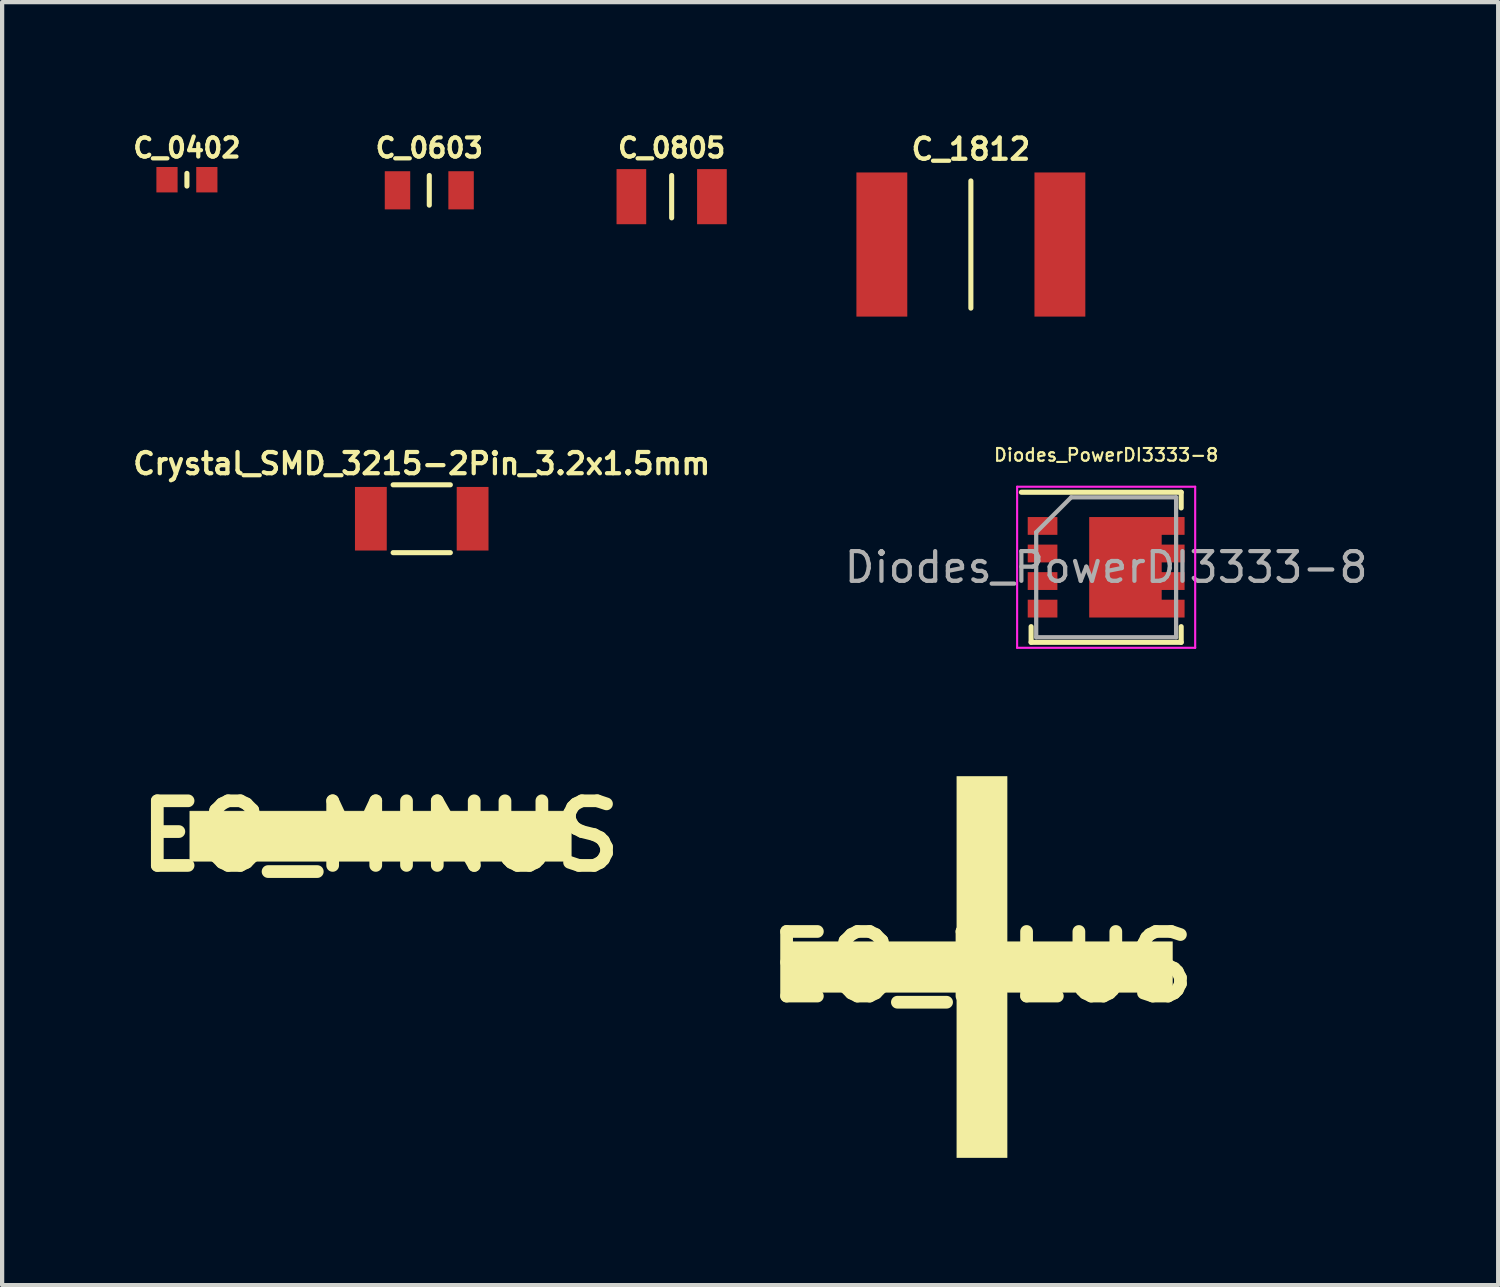
<source format=kicad_pcb>
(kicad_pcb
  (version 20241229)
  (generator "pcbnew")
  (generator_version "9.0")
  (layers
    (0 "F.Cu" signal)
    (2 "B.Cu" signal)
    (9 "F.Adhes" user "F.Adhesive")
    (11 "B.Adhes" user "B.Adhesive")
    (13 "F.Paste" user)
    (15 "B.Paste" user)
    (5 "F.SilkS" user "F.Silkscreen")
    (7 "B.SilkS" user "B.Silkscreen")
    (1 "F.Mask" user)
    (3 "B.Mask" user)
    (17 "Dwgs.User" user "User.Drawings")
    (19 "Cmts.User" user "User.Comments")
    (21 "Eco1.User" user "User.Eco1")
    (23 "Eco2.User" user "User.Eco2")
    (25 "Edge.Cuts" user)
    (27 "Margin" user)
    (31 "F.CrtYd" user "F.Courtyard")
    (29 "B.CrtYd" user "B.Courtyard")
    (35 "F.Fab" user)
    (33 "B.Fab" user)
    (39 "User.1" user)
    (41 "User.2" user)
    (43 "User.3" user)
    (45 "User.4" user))
  (footprint "C_0805"
    (layer "F.Cu")
    (at 12.793 1.589)
    (property "Reference" "C_0805" (at 0 -1.15 0) (layer "F.SilkS") (effects (font (size 0.45 0.45) (thickness 0.1))))
    (attr smd)
    (fp_line (start 0 0.5) (end 0 -0.5) (stroke (width 0.12) (type solid)) (layer "F.SilkS"))
    (pad "1" smd rect (at -0.95 0) (size 0.7 1.3) (layers "F.Cu" "F.Mask" "F.Paste"))
    (pad "2" smd rect (at 0.95 0) (size 0.7 1.3) (layers "F.Cu" "F.Mask" "F.Paste")))
  (footprint "EO_MINUS"
    (layer "F.Cu")
    (at 5.922 16.674)
    (property "Reference" "EO_MINUS" (at 0 0 0) (layer "F.SilkS") (effects (font (size 1.524 1.524) (thickness 0.3))))
    (attr through_hole)
    (fp_poly (pts (xy 4.503 0.592) (xy -4.494 0.592) (xy -4.494 -0.592) (xy 4.503 -0.592) (xy 4.503 0.592)) (stroke (width 0.01) (type solid)) (fill yes) (layer "F.SilkS")))
  (footprint "C_1812"
    (layer "F.Cu")
    (at 19.851 2.718)
    (property "Reference" "C_1812" (at 0 -2.25 0) (layer "F.SilkS") (effects (font (size 0.5 0.5) (thickness 0.1))))
    (attr through_hole)
    (fp_line (start 0 -1.5) (end 0 1.5) (stroke (width 0.12) (type solid)) (layer "F.SilkS"))
    (pad "1" smd rect (at 2.1 0) (size 1.2 3.4) (layers "F.Cu" "F.Mask" "F.Paste"))
    (pad "2" smd rect (at -2.1 0) (size 1.2 3.4) (layers "F.Cu" "F.Mask" "F.Paste")))
  (footprint "EO_PLUS"
    (layer "F.Cu")
    (at 20.113 19.756)
    (property "Reference" "EO_PLUS" (at 0 0 0) (layer "F.SilkS") (effects (font (size 1.524 1.524) (thickness 0.3))))
    (attr through_hole)
    (fp_poly (pts (xy 0.592 -0.592) (xy 4.494 -0.592) (xy 4.494 0.601) (xy 0.592 0.601) (xy 0.592 4.503) (xy -0.592 4.503) (xy -0.592 0.601) (xy -4.494 0.601) (xy -4.494 -0.592) (xy -0.592 -0.592) (xy -0.592 -4.494) (xy 0.592 -4.494) (xy 0.592 -0.592)) (stroke (width 0.01) (type solid)) (fill yes) (layer "F.SilkS")))
  (footprint "C_0603"
    (layer "F.Cu")
    (at 7.076 1.439)
    (property "Reference" "C_0603" (at 0 -1 0) (layer "F.SilkS") (effects (font (size 0.45 0.45) (thickness 0.1))))
    (attr smd)
    (fp_line (start 0 0.35) (end 0 -0.35) (stroke (width 0.12) (type solid)) (layer "F.SilkS"))
    (pad "1" smd rect (at -0.75 0) (size 0.6 0.9) (layers "F.Cu" "F.Mask" "F.Paste"))
    (pad "2" smd rect (at 0.75 0) (size 0.6 0.9) (layers "F.Cu" "F.Mask" "F.Paste")))
  (footprint "C_0402"
    (layer "F.Cu")
    (at 1.359 1.189)
    (property "Reference" "C_0402" (at 0 -0.75 0) (layer "F.SilkS") (effects (font (size 0.45 0.45) (thickness 0.1))))
    (attr smd)
    (fp_line (start 0 0.15) (end 0 -0.15) (stroke (width 0.12) (type solid)) (layer "F.SilkS"))
    (pad "1" smd rect (at -0.47 0) (size 0.5 0.6) (layers "F.Cu" "F.Mask" "F.Paste"))
    (pad "2" smd rect (at 0.47 0) (size 0.5 0.6) (layers "F.Cu" "F.Mask" "F.Paste")))
  (footprint "Diodes_PowerDI3333-8"
    (layer "F.Cu")
    (at 23.042 10.331)
    (property "Reference" "Diodes_PowerDI3333-8" (at 0 -2.65 0) (layer "F.SilkS") (effects (font (size 0.3 0.3) (thickness 0.05))))
    (attr smd)
    (fp_line (start -1.77 1.77) (end -1.77 1.4) (stroke (width 0.12) (type solid)) (layer "F.SilkS"))
    (fp_line (start -1.77 1.77) (end 1.77 1.77) (stroke (width 0.12) (type solid)) (layer "F.SilkS"))
    (fp_line (start 1.77 -1.77) (end -2 -1.77) (stroke (width 0.12) (type solid)) (layer "F.SilkS"))
    (fp_line (start 1.77 -1.77) (end 1.77 -1.4) (stroke (width 0.12) (type solid)) (layer "F.SilkS"))
    (fp_line (start 1.77 1.77) (end 1.77 1.4) (stroke (width 0.12) (type solid)) (layer "F.SilkS"))
    (fp_poly (pts (xy 0 -0.5) (xy 1 -0.5) (xy 1 0.5) (xy 0 0.5)) (stroke (width 0.15) (type solid)) (fill yes) (layer "F.Paste"))
    (fp_line (start -2.1 -1.9) (end -2.1 1.9) (stroke (width 0.05) (type solid)) (layer "F.CrtYd"))
    (fp_line (start -2.1 1.9) (end 2.1 1.9) (stroke (width 0.05) (type solid)) (layer "F.CrtYd"))
    (fp_line (start 2.1 -1.9) (end -2.1 -1.9) (stroke (width 0.05) (type solid)) (layer "F.CrtYd"))
    (fp_line (start 2.1 1.9) (end 2.1 -1.9) (stroke (width 0.05) (type solid)) (layer "F.CrtYd"))
    (fp_line (start -1.65 -0.825) (end -1.65 1.65) (stroke (width 0.1) (type solid)) (layer "F.Fab"))
    (fp_line (start -1.65 1.65) (end 1.65 1.65) (stroke (width 0.1) (type solid)) (layer "F.Fab"))
    (fp_line (start -0.825 -1.65) (end -1.65 -0.825) (stroke (width 0.1) (type solid)) (layer "F.Fab"))
    (fp_line (start 1.65 -1.65) (end -0.825 -1.65) (stroke (width 0.1) (type solid)) (layer "F.Fab"))
    (fp_line (start 1.65 1.65) (end 1.65 -1.65) (stroke (width 0.1) (type solid)) (layer "F.Fab"))
    (fp_text user "${REFERENCE}" (at 0 0 0) (layer "F.Fab") (effects (font (size 0.7 0.7) (thickness 0.1))))
    (pad "1" smd rect (at -1.5 -0.975) (size 0.7 0.42) (layers "F.Cu" "F.Mask" "F.Paste"))
    (pad "2" smd rect (at -1.5 -0.325) (size 0.7 0.42) (layers "F.Cu" "F.Mask" "F.Paste"))
    (pad "3" smd rect (at -1.5 0.325) (size 0.7 0.42) (layers "F.Cu" "F.Mask" "F.Paste"))
    (pad "4" smd rect (at -1.5 0.975) (size 0.7 0.42) (layers "F.Cu" "F.Mask" "F.Paste"))
    (pad "5" smd custom (at 0.455 0) (size 1.71 2.37) (layers "F.Cu" "F.Mask") (options (anchor rect)) (primitives (gr_poly (pts (xy 0.855 1.185) (xy 1.395 1.185) (xy 1.395 0.765) (xy 0.855 0.765)) (width 0) (fill yes)) (gr_poly (pts (xy 0.855 0.535) (xy 1.395 0.535) (xy 1.395 0.115) (xy 0.855 0.115)) (width 0) (fill yes)) (gr_poly (pts (xy 0.855 -0.115) (xy 1.395 -0.115) (xy 1.395 -0.535) (xy 0.855 -0.535)) (width 0) (fill yes)) (gr_poly (pts (xy 0.855 -0.765) (xy 1.395 -0.765) (xy 1.395 -1.185) (xy 0.855 -1.185)) (width 0) (fill yes)))))
  (footprint "Crystal_SMD_3215-2Pin_3.2x1.5mm"
    (layer "F.Cu")
    (at 6.898 9.186)
    (property "Reference" "Crystal_SMD_3215-2Pin_3.2x1.5mm" (at 0 -1.3 180) (layer "F.SilkS") (effects (font (size 0.5 0.5) (thickness 0.1))))
    (attr smd)
    (fp_line (start -0.675 -0.8) (end 0.675 -0.8) (stroke (width 0.12) (type solid)) (layer "F.SilkS"))
    (fp_line (start -0.675 0.8) (end 0.675 0.8) (stroke (width 0.12) (type solid)) (layer "F.SilkS"))
    (pad "1" smd rect (at 1.2 0) (size 0.75 1.5) (layers "F.Cu" "F.Mask" "F.Paste"))
    (pad "2" smd rect (at -1.2 0) (size 0.75 1.5) (layers "F.Cu" "F.Mask" "F.Paste")))
  (gr_rect
    (start -3 -3)
    (end 32.289 27.263)
    (stroke (width 0.1) (type default))
    (fill no)
    (layer "Edge.Cuts")))
</source>
